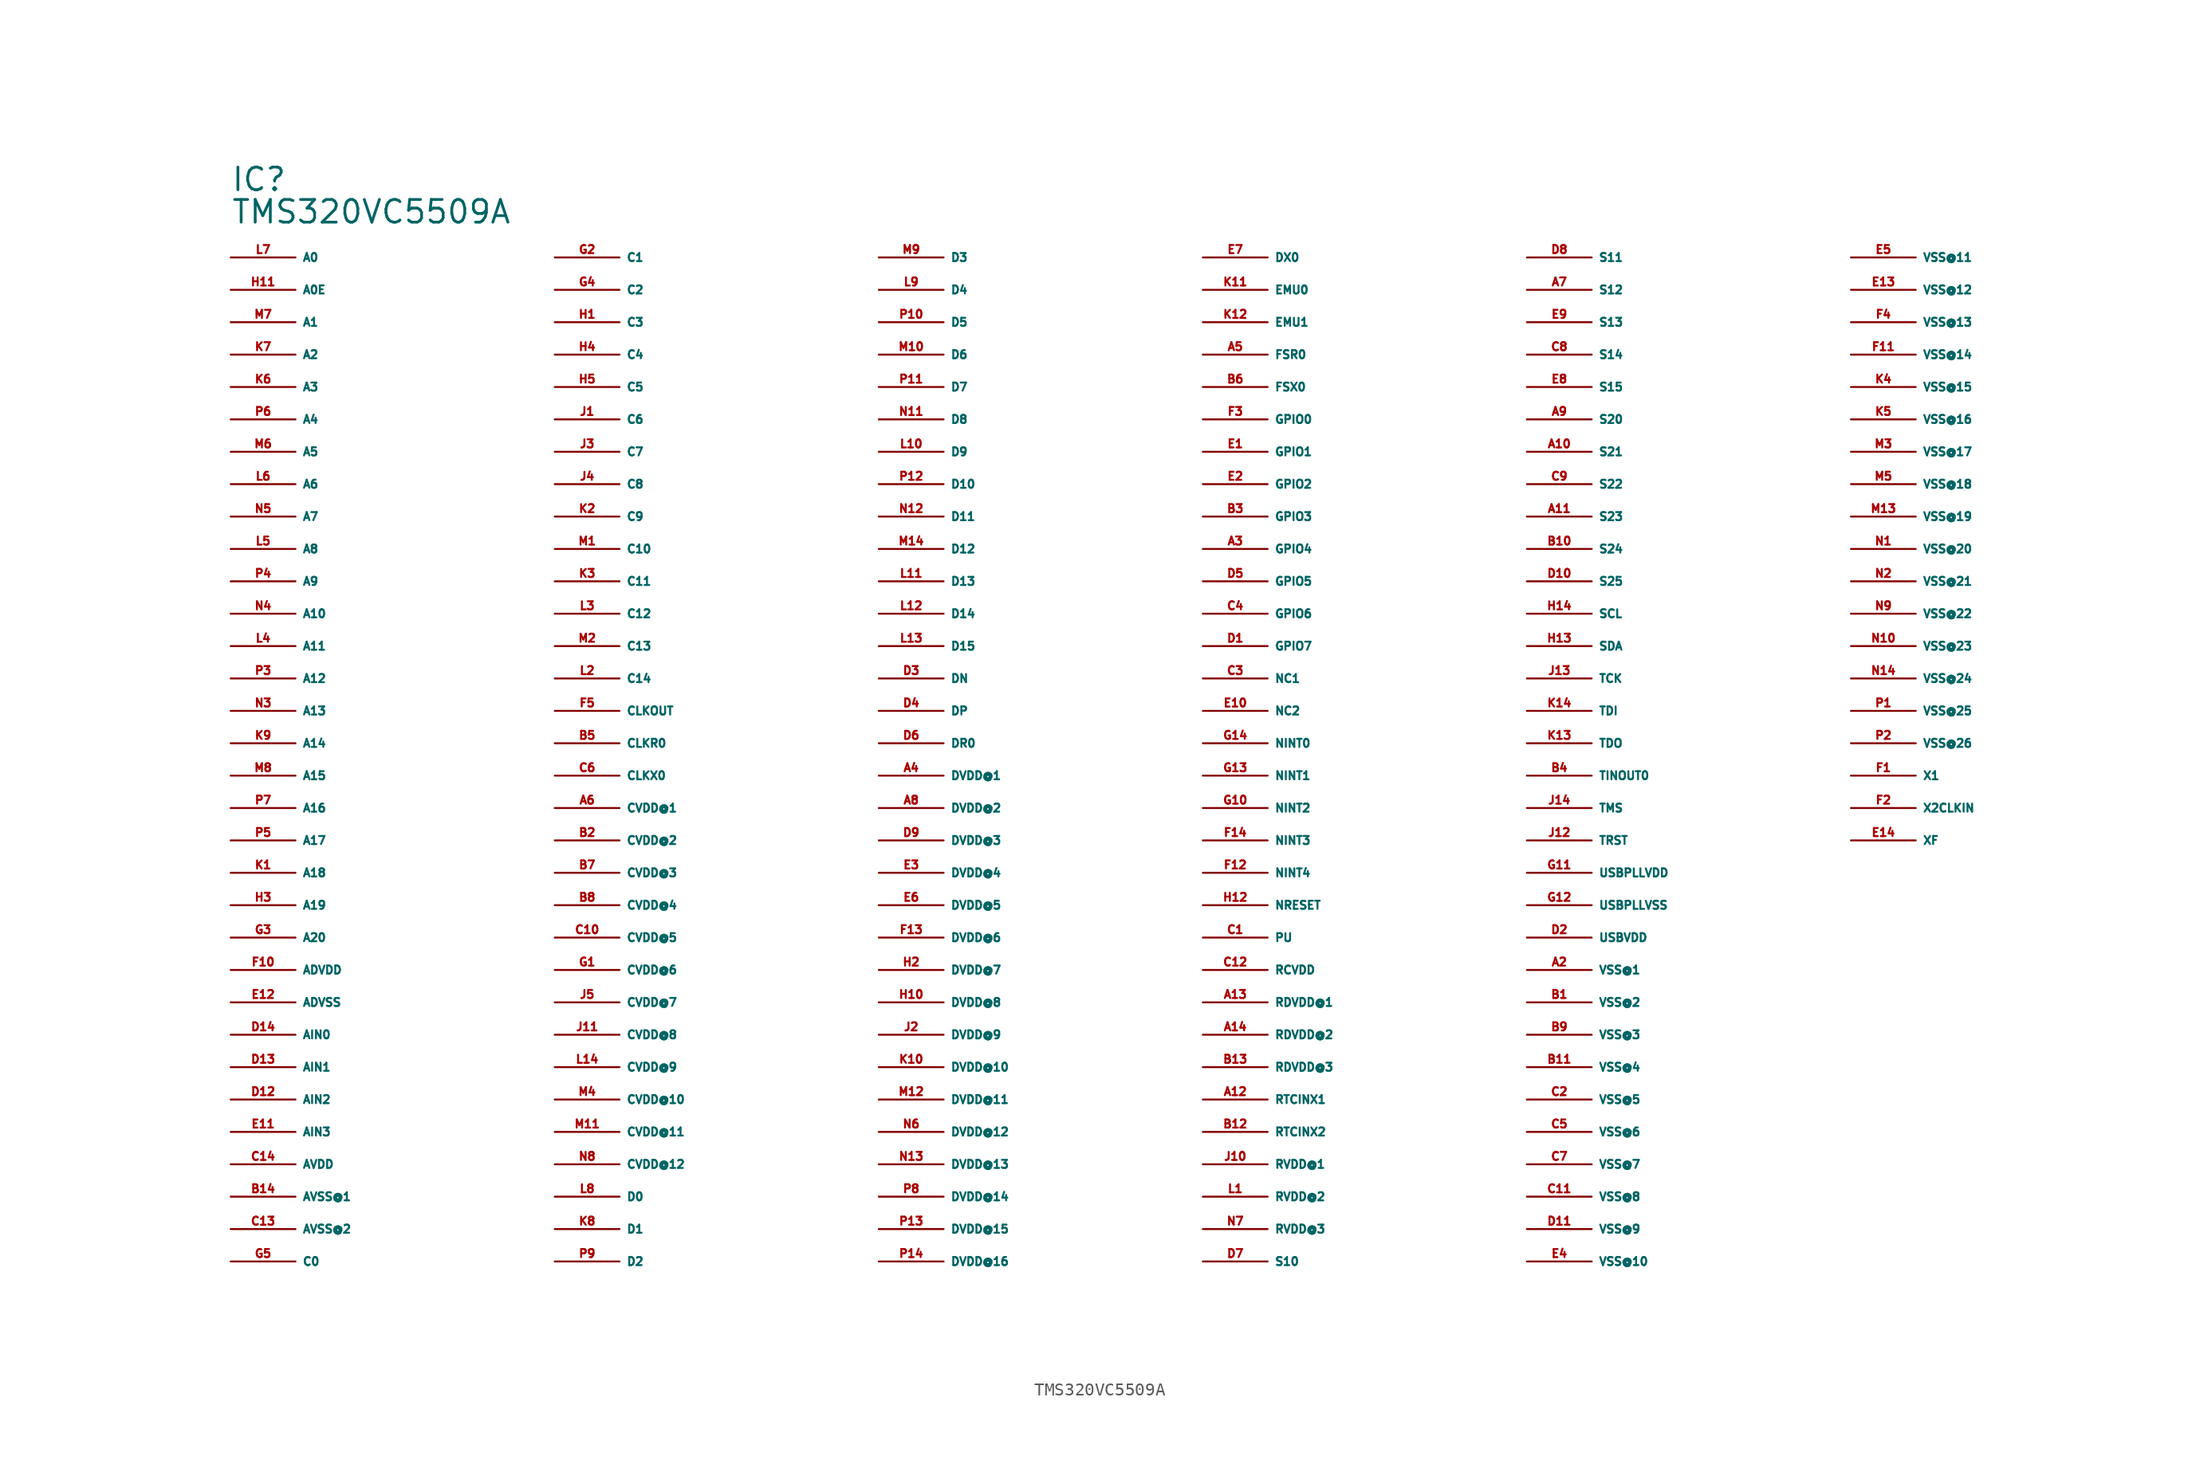
<source format=kicad_sym>
(kicad_symbol_lib
  (version 20220914)
  (generator Eagle2Kicad)
  (symbol "TMS320VC5509A"
    (property "Reference" "IC"
      (at -55.88 45.72 0)
      (effects (font (size 1.778 1.778) (thickness 0.22)) (justify left bottom)))
    (property "Value" "TMS320VC5509A"
      (at -55.88 43.18 0)
      (effects (font (size 1.778 1.778) (thickness 0.22)) (justify left bottom)))
    (pin bidirectional line
      (at -55.88 40.64 0)
      (length 5.08)
      (name "A0" (effects (font (size 0.635 0.635) (thickness 0.08)) (justify left bottom)))
      (number "L7" (effects (font (size 0.635 0.635) (thickness 0.08)) (justify left bottom))))
    (pin output line
      (at -55.88 38.1 0)
      (length 5.08)
      (name "A0E" (effects (font (size 0.635 0.635) (thickness 0.08)) (justify left bottom)))
      (number "H11" (effects (font (size 0.635 0.635) (thickness 0.08)) (justify left bottom))))
    (pin bidirectional line
      (at -55.88 35.56 0)
      (length 5.08)
      (name "A1" (effects (font (size 0.635 0.635) (thickness 0.08)) (justify left bottom)))
      (number "M7" (effects (font (size 0.635 0.635) (thickness 0.08)) (justify left bottom))))
    (pin bidirectional line
      (at -55.88 33.02 0)
      (length 5.08)
      (name "A2" (effects (font (size 0.635 0.635) (thickness 0.08)) (justify left bottom)))
      (number "K7" (effects (font (size 0.635 0.635) (thickness 0.08)) (justify left bottom))))
    (pin bidirectional line
      (at -55.88 30.48 0)
      (length 5.08)
      (name "A3" (effects (font (size 0.635 0.635) (thickness 0.08)) (justify left bottom)))
      (number "K6" (effects (font (size 0.635 0.635) (thickness 0.08)) (justify left bottom))))
    (pin bidirectional line
      (at -55.88 27.94 0)
      (length 5.08)
      (name "A4" (effects (font (size 0.635 0.635) (thickness 0.08)) (justify left bottom)))
      (number "P6" (effects (font (size 0.635 0.635) (thickness 0.08)) (justify left bottom))))
    (pin bidirectional line
      (at -55.88 25.4 0)
      (length 5.08)
      (name "A5" (effects (font (size 0.635 0.635) (thickness 0.08)) (justify left bottom)))
      (number "M6" (effects (font (size 0.635 0.635) (thickness 0.08)) (justify left bottom))))
    (pin bidirectional line
      (at -55.88 22.86 0)
      (length 5.08)
      (name "A6" (effects (font (size 0.635 0.635) (thickness 0.08)) (justify left bottom)))
      (number "L6" (effects (font (size 0.635 0.635) (thickness 0.08)) (justify left bottom))))
    (pin bidirectional line
      (at -55.88 20.32 0)
      (length 5.08)
      (name "A7" (effects (font (size 0.635 0.635) (thickness 0.08)) (justify left bottom)))
      (number "N5" (effects (font (size 0.635 0.635) (thickness 0.08)) (justify left bottom))))
    (pin bidirectional line
      (at -55.88 17.78 0)
      (length 5.08)
      (name "A8" (effects (font (size 0.635 0.635) (thickness 0.08)) (justify left bottom)))
      (number "L5" (effects (font (size 0.635 0.635) (thickness 0.08)) (justify left bottom))))
    (pin bidirectional line
      (at -55.88 15.24 0)
      (length 5.08)
      (name "A9" (effects (font (size 0.635 0.635) (thickness 0.08)) (justify left bottom)))
      (number "P4" (effects (font (size 0.635 0.635) (thickness 0.08)) (justify left bottom))))
    (pin bidirectional line
      (at -55.88 12.7 0)
      (length 5.08)
      (name "A10" (effects (font (size 0.635 0.635) (thickness 0.08)) (justify left bottom)))
      (number "N4" (effects (font (size 0.635 0.635) (thickness 0.08)) (justify left bottom))))
    (pin bidirectional line
      (at -55.88 10.16 0)
      (length 5.08)
      (name "A11" (effects (font (size 0.635 0.635) (thickness 0.08)) (justify left bottom)))
      (number "L4" (effects (font (size 0.635 0.635) (thickness 0.08)) (justify left bottom))))
    (pin bidirectional line
      (at -55.88 7.62 0)
      (length 5.08)
      (name "A12" (effects (font (size 0.635 0.635) (thickness 0.08)) (justify left bottom)))
      (number "P3" (effects (font (size 0.635 0.635) (thickness 0.08)) (justify left bottom))))
    (pin bidirectional line
      (at -55.88 5.08 0)
      (length 5.08)
      (name "A13" (effects (font (size 0.635 0.635) (thickness 0.08)) (justify left bottom)))
      (number "N3" (effects (font (size 0.635 0.635) (thickness 0.08)) (justify left bottom))))
    (pin bidirectional line
      (at -55.88 2.54 0)
      (length 5.08)
      (name "A14" (effects (font (size 0.635 0.635) (thickness 0.08)) (justify left bottom)))
      (number "K9" (effects (font (size 0.635 0.635) (thickness 0.08)) (justify left bottom))))
    (pin bidirectional line
      (at -55.88 0 0)
      (length 5.08)
      (name "A15" (effects (font (size 0.635 0.635) (thickness 0.08)) (justify left bottom)))
      (number "M8" (effects (font (size 0.635 0.635) (thickness 0.08)) (justify left bottom))))
    (pin output line
      (at -55.88 -2.54 0)
      (length 5.08)
      (name "A16" (effects (font (size 0.635 0.635) (thickness 0.08)) (justify left bottom)))
      (number "P7" (effects (font (size 0.635 0.635) (thickness 0.08)) (justify left bottom))))
    (pin output line
      (at -55.88 -5.08 0)
      (length 5.08)
      (name "A17" (effects (font (size 0.635 0.635) (thickness 0.08)) (justify left bottom)))
      (number "P5" (effects (font (size 0.635 0.635) (thickness 0.08)) (justify left bottom))))
    (pin output line
      (at -55.88 -7.62 0)
      (length 5.08)
      (name "A18" (effects (font (size 0.635 0.635) (thickness 0.08)) (justify left bottom)))
      (number "K1" (effects (font (size 0.635 0.635) (thickness 0.08)) (justify left bottom))))
    (pin output line
      (at -55.88 -10.16 0)
      (length 5.08)
      (name "A19" (effects (font (size 0.635 0.635) (thickness 0.08)) (justify left bottom)))
      (number "H3" (effects (font (size 0.635 0.635) (thickness 0.08)) (justify left bottom))))
    (pin output line
      (at -55.88 -12.7 0)
      (length 5.08)
      (name "A20" (effects (font (size 0.635 0.635) (thickness 0.08)) (justify left bottom)))
      (number "G3" (effects (font (size 0.635 0.635) (thickness 0.08)) (justify left bottom))))
    (pin unspecified line
      (at -55.88 -15.24 0)
      (length 5.08)
      (name "ADVDD" (effects (font (size 0.635 0.635) (thickness 0.08)) (justify left bottom)))
      (number "F10" (effects (font (size 0.635 0.635) (thickness 0.08)) (justify left bottom))))
    (pin unspecified line
      (at -55.88 -17.78 0)
      (length 5.08)
      (name "ADVSS" (effects (font (size 0.635 0.635) (thickness 0.08)) (justify left bottom)))
      (number "E12" (effects (font (size 0.635 0.635) (thickness 0.08)) (justify left bottom))))
    (pin passive line
      (at -55.88 -20.32 0)
      (length 5.08)
      (name "AIN0" (effects (font (size 0.635 0.635) (thickness 0.08)) (justify left bottom)))
      (number "D14" (effects (font (size 0.635 0.635) (thickness 0.08)) (justify left bottom))))
    (pin passive line
      (at -55.88 -22.86 0)
      (length 5.08)
      (name "AIN1" (effects (font (size 0.635 0.635) (thickness 0.08)) (justify left bottom)))
      (number "D13" (effects (font (size 0.635 0.635) (thickness 0.08)) (justify left bottom))))
    (pin passive line
      (at -55.88 -25.4 0)
      (length 5.08)
      (name "AIN2" (effects (font (size 0.635 0.635) (thickness 0.08)) (justify left bottom)))
      (number "D12" (effects (font (size 0.635 0.635) (thickness 0.08)) (justify left bottom))))
    (pin passive line
      (at -55.88 -27.94 0)
      (length 5.08)
      (name "AIN3" (effects (font (size 0.635 0.635) (thickness 0.08)) (justify left bottom)))
      (number "E11" (effects (font (size 0.635 0.635) (thickness 0.08)) (justify left bottom))))
    (pin unspecified line
      (at -55.88 -30.48 0)
      (length 5.08)
      (name "AVDD" (effects (font (size 0.635 0.635) (thickness 0.08)) (justify left bottom)))
      (number "C14" (effects (font (size 0.635 0.635) (thickness 0.08)) (justify left bottom))))
    (pin unspecified line
      (at -55.88 -33.02 0)
      (length 5.08)
      (name "AVSS@1" (effects (font (size 0.635 0.635) (thickness 0.08)) (justify left bottom)))
      (number "B14" (effects (font (size 0.635 0.635) (thickness 0.08)) (justify left bottom))))
    (pin unspecified line
      (at -55.88 -35.56 0)
      (length 5.08)
      (name "AVSS@2" (effects (font (size 0.635 0.635) (thickness 0.08)) (justify left bottom)))
      (number "C13" (effects (font (size 0.635 0.635) (thickness 0.08)) (justify left bottom))))
    (pin bidirectional line
      (at -55.88 -38.1 0)
      (length 5.08)
      (name "C0" (effects (font (size 0.635 0.635) (thickness 0.08)) (justify left bottom)))
      (number "G5" (effects (font (size 0.635 0.635) (thickness 0.08)) (justify left bottom))))
    (pin output line
      (at -30.48 40.64 0)
      (length 5.08)
      (name "C1" (effects (font (size 0.635 0.635) (thickness 0.08)) (justify left bottom)))
      (number "G2" (effects (font (size 0.635 0.635) (thickness 0.08)) (justify left bottom))))
    (pin bidirectional line
      (at -30.48 38.1 0)
      (length 5.08)
      (name "C2" (effects (font (size 0.635 0.635) (thickness 0.08)) (justify left bottom)))
      (number "G4" (effects (font (size 0.635 0.635) (thickness 0.08)) (justify left bottom))))
    (pin bidirectional line
      (at -30.48 35.56 0)
      (length 5.08)
      (name "C3" (effects (font (size 0.635 0.635) (thickness 0.08)) (justify left bottom)))
      (number "H1" (effects (font (size 0.635 0.635) (thickness 0.08)) (justify left bottom))))
    (pin bidirectional line
      (at -30.48 33.02 0)
      (length 5.08)
      (name "C4" (effects (font (size 0.635 0.635) (thickness 0.08)) (justify left bottom)))
      (number "H4" (effects (font (size 0.635 0.635) (thickness 0.08)) (justify left bottom))))
    (pin bidirectional line
      (at -30.48 30.48 0)
      (length 5.08)
      (name "C5" (effects (font (size 0.635 0.635) (thickness 0.08)) (justify left bottom)))
      (number "H5" (effects (font (size 0.635 0.635) (thickness 0.08)) (justify left bottom))))
    (pin bidirectional line
      (at -30.48 27.94 0)
      (length 5.08)
      (name "C6" (effects (font (size 0.635 0.635) (thickness 0.08)) (justify left bottom)))
      (number "J1" (effects (font (size 0.635 0.635) (thickness 0.08)) (justify left bottom))))
    (pin bidirectional line
      (at -30.48 25.4 0)
      (length 5.08)
      (name "C7" (effects (font (size 0.635 0.635) (thickness 0.08)) (justify left bottom)))
      (number "J3" (effects (font (size 0.635 0.635) (thickness 0.08)) (justify left bottom))))
    (pin bidirectional line
      (at -30.48 22.86 0)
      (length 5.08)
      (name "C8" (effects (font (size 0.635 0.635) (thickness 0.08)) (justify left bottom)))
      (number "J4" (effects (font (size 0.635 0.635) (thickness 0.08)) (justify left bottom))))
    (pin bidirectional line
      (at -30.48 20.32 0)
      (length 5.08)
      (name "C9" (effects (font (size 0.635 0.635) (thickness 0.08)) (justify left bottom)))
      (number "K2" (effects (font (size 0.635 0.635) (thickness 0.08)) (justify left bottom))))
    (pin bidirectional line
      (at -30.48 17.78 0)
      (length 5.08)
      (name "C10" (effects (font (size 0.635 0.635) (thickness 0.08)) (justify left bottom)))
      (number "M1" (effects (font (size 0.635 0.635) (thickness 0.08)) (justify left bottom))))
    (pin bidirectional line
      (at -30.48 15.24 0)
      (length 5.08)
      (name "C11" (effects (font (size 0.635 0.635) (thickness 0.08)) (justify left bottom)))
      (number "K3" (effects (font (size 0.635 0.635) (thickness 0.08)) (justify left bottom))))
    (pin bidirectional line
      (at -30.48 12.7 0)
      (length 5.08)
      (name "C12" (effects (font (size 0.635 0.635) (thickness 0.08)) (justify left bottom)))
      (number "L3" (effects (font (size 0.635 0.635) (thickness 0.08)) (justify left bottom))))
    (pin bidirectional line
      (at -30.48 10.16 0)
      (length 5.08)
      (name "C13" (effects (font (size 0.635 0.635) (thickness 0.08)) (justify left bottom)))
      (number "M2" (effects (font (size 0.635 0.635) (thickness 0.08)) (justify left bottom))))
    (pin bidirectional line
      (at -30.48 7.62 0)
      (length 5.08)
      (name "C14" (effects (font (size 0.635 0.635) (thickness 0.08)) (justify left bottom)))
      (number "L2" (effects (font (size 0.635 0.635) (thickness 0.08)) (justify left bottom))))
    (pin output line
      (at -30.48 5.08 0)
      (length 5.08)
      (name "CLKOUT" (effects (font (size 0.635 0.635) (thickness 0.08)) (justify left bottom)))
      (number "F5" (effects (font (size 0.635 0.635) (thickness 0.08)) (justify left bottom))))
    (pin bidirectional line
      (at -30.48 2.54 0)
      (length 5.08)
      (name "CLKR0" (effects (font (size 0.635 0.635) (thickness 0.08)) (justify left bottom)))
      (number "B5" (effects (font (size 0.635 0.635) (thickness 0.08)) (justify left bottom))))
    (pin bidirectional line
      (at -30.48 0 0)
      (length 5.08)
      (name "CLKX0" (effects (font (size 0.635 0.635) (thickness 0.08)) (justify left bottom)))
      (number "C6" (effects (font (size 0.635 0.635) (thickness 0.08)) (justify left bottom))))
    (pin unspecified line
      (at -30.48 -2.54 0)
      (length 5.08)
      (name "CVDD@1" (effects (font (size 0.635 0.635) (thickness 0.08)) (justify left bottom)))
      (number "A6" (effects (font (size 0.635 0.635) (thickness 0.08)) (justify left bottom))))
    (pin unspecified line
      (at -30.48 -5.08 0)
      (length 5.08)
      (name "CVDD@2" (effects (font (size 0.635 0.635) (thickness 0.08)) (justify left bottom)))
      (number "B2" (effects (font (size 0.635 0.635) (thickness 0.08)) (justify left bottom))))
    (pin unspecified line
      (at -30.48 -7.62 0)
      (length 5.08)
      (name "CVDD@3" (effects (font (size 0.635 0.635) (thickness 0.08)) (justify left bottom)))
      (number "B7" (effects (font (size 0.635 0.635) (thickness 0.08)) (justify left bottom))))
    (pin unspecified line
      (at -30.48 -10.16 0)
      (length 5.08)
      (name "CVDD@4" (effects (font (size 0.635 0.635) (thickness 0.08)) (justify left bottom)))
      (number "B8" (effects (font (size 0.635 0.635) (thickness 0.08)) (justify left bottom))))
    (pin unspecified line
      (at -30.48 -12.7 0)
      (length 5.08)
      (name "CVDD@5" (effects (font (size 0.635 0.635) (thickness 0.08)) (justify left bottom)))
      (number "C10" (effects (font (size 0.635 0.635) (thickness 0.08)) (justify left bottom))))
    (pin unspecified line
      (at -30.48 -15.24 0)
      (length 5.08)
      (name "CVDD@6" (effects (font (size 0.635 0.635) (thickness 0.08)) (justify left bottom)))
      (number "G1" (effects (font (size 0.635 0.635) (thickness 0.08)) (justify left bottom))))
    (pin unspecified line
      (at -30.48 -17.78 0)
      (length 5.08)
      (name "CVDD@7" (effects (font (size 0.635 0.635) (thickness 0.08)) (justify left bottom)))
      (number "J5" (effects (font (size 0.635 0.635) (thickness 0.08)) (justify left bottom))))
    (pin unspecified line
      (at -30.48 -20.32 0)
      (length 5.08)
      (name "CVDD@8" (effects (font (size 0.635 0.635) (thickness 0.08)) (justify left bottom)))
      (number "J11" (effects (font (size 0.635 0.635) (thickness 0.08)) (justify left bottom))))
    (pin unspecified line
      (at -30.48 -22.86 0)
      (length 5.08)
      (name "CVDD@9" (effects (font (size 0.635 0.635) (thickness 0.08)) (justify left bottom)))
      (number "L14" (effects (font (size 0.635 0.635) (thickness 0.08)) (justify left bottom))))
    (pin unspecified line
      (at -30.48 -25.4 0)
      (length 5.08)
      (name "CVDD@10" (effects (font (size 0.635 0.635) (thickness 0.08)) (justify left bottom)))
      (number "M4" (effects (font (size 0.635 0.635) (thickness 0.08)) (justify left bottom))))
    (pin unspecified line
      (at -30.48 -27.94 0)
      (length 5.08)
      (name "CVDD@11" (effects (font (size 0.635 0.635) (thickness 0.08)) (justify left bottom)))
      (number "M11" (effects (font (size 0.635 0.635) (thickness 0.08)) (justify left bottom))))
    (pin unspecified line
      (at -30.48 -30.48 0)
      (length 5.08)
      (name "CVDD@12" (effects (font (size 0.635 0.635) (thickness 0.08)) (justify left bottom)))
      (number "N8" (effects (font (size 0.635 0.635) (thickness 0.08)) (justify left bottom))))
    (pin bidirectional line
      (at -30.48 -33.02 0)
      (length 5.08)
      (name "D0" (effects (font (size 0.635 0.635) (thickness 0.08)) (justify left bottom)))
      (number "L8" (effects (font (size 0.635 0.635) (thickness 0.08)) (justify left bottom))))
    (pin bidirectional line
      (at -30.48 -35.56 0)
      (length 5.08)
      (name "D1" (effects (font (size 0.635 0.635) (thickness 0.08)) (justify left bottom)))
      (number "K8" (effects (font (size 0.635 0.635) (thickness 0.08)) (justify left bottom))))
    (pin bidirectional line
      (at -30.48 -38.1 0)
      (length 5.08)
      (name "D2" (effects (font (size 0.635 0.635) (thickness 0.08)) (justify left bottom)))
      (number "P9" (effects (font (size 0.635 0.635) (thickness 0.08)) (justify left bottom))))
    (pin bidirectional line
      (at -5.08 40.64 0)
      (length 5.08)
      (name "D3" (effects (font (size 0.635 0.635) (thickness 0.08)) (justify left bottom)))
      (number "M9" (effects (font (size 0.635 0.635) (thickness 0.08)) (justify left bottom))))
    (pin bidirectional line
      (at -5.08 38.1 0)
      (length 5.08)
      (name "D4" (effects (font (size 0.635 0.635) (thickness 0.08)) (justify left bottom)))
      (number "L9" (effects (font (size 0.635 0.635) (thickness 0.08)) (justify left bottom))))
    (pin bidirectional line
      (at -5.08 35.56 0)
      (length 5.08)
      (name "D5" (effects (font (size 0.635 0.635) (thickness 0.08)) (justify left bottom)))
      (number "P10" (effects (font (size 0.635 0.635) (thickness 0.08)) (justify left bottom))))
    (pin bidirectional line
      (at -5.08 33.02 0)
      (length 5.08)
      (name "D6" (effects (font (size 0.635 0.635) (thickness 0.08)) (justify left bottom)))
      (number "M10" (effects (font (size 0.635 0.635) (thickness 0.08)) (justify left bottom))))
    (pin bidirectional line
      (at -5.08 30.48 0)
      (length 5.08)
      (name "D7" (effects (font (size 0.635 0.635) (thickness 0.08)) (justify left bottom)))
      (number "P11" (effects (font (size 0.635 0.635) (thickness 0.08)) (justify left bottom))))
    (pin bidirectional line
      (at -5.08 27.94 0)
      (length 5.08)
      (name "D8" (effects (font (size 0.635 0.635) (thickness 0.08)) (justify left bottom)))
      (number "N11" (effects (font (size 0.635 0.635) (thickness 0.08)) (justify left bottom))))
    (pin bidirectional line
      (at -5.08 25.4 0)
      (length 5.08)
      (name "D9" (effects (font (size 0.635 0.635) (thickness 0.08)) (justify left bottom)))
      (number "L10" (effects (font (size 0.635 0.635) (thickness 0.08)) (justify left bottom))))
    (pin bidirectional line
      (at -5.08 22.86 0)
      (length 5.08)
      (name "D10" (effects (font (size 0.635 0.635) (thickness 0.08)) (justify left bottom)))
      (number "P12" (effects (font (size 0.635 0.635) (thickness 0.08)) (justify left bottom))))
    (pin bidirectional line
      (at -5.08 20.32 0)
      (length 5.08)
      (name "D11" (effects (font (size 0.635 0.635) (thickness 0.08)) (justify left bottom)))
      (number "N12" (effects (font (size 0.635 0.635) (thickness 0.08)) (justify left bottom))))
    (pin bidirectional line
      (at -5.08 17.78 0)
      (length 5.08)
      (name "D12" (effects (font (size 0.635 0.635) (thickness 0.08)) (justify left bottom)))
      (number "M14" (effects (font (size 0.635 0.635) (thickness 0.08)) (justify left bottom))))
    (pin bidirectional line
      (at -5.08 15.24 0)
      (length 5.08)
      (name "D13" (effects (font (size 0.635 0.635) (thickness 0.08)) (justify left bottom)))
      (number "L11" (effects (font (size 0.635 0.635) (thickness 0.08)) (justify left bottom))))
    (pin bidirectional line
      (at -5.08 12.7 0)
      (length 5.08)
      (name "D14" (effects (font (size 0.635 0.635) (thickness 0.08)) (justify left bottom)))
      (number "L12" (effects (font (size 0.635 0.635) (thickness 0.08)) (justify left bottom))))
    (pin bidirectional line
      (at -5.08 10.16 0)
      (length 5.08)
      (name "D15" (effects (font (size 0.635 0.635) (thickness 0.08)) (justify left bottom)))
      (number "L13" (effects (font (size 0.635 0.635) (thickness 0.08)) (justify left bottom))))
    (pin passive line
      (at -5.08 7.62 0)
      (length 5.08)
      (name "DN" (effects (font (size 0.635 0.635) (thickness 0.08)) (justify left bottom)))
      (number "D3" (effects (font (size 0.635 0.635) (thickness 0.08)) (justify left bottom))))
    (pin passive line
      (at -5.08 5.08 0)
      (length 5.08)
      (name "DP" (effects (font (size 0.635 0.635) (thickness 0.08)) (justify left bottom)))
      (number "D4" (effects (font (size 0.635 0.635) (thickness 0.08)) (justify left bottom))))
    (pin input line
      (at -5.08 2.54 0)
      (length 5.08)
      (name "DR0" (effects (font (size 0.635 0.635) (thickness 0.08)) (justify left bottom)))
      (number "D6" (effects (font (size 0.635 0.635) (thickness 0.08)) (justify left bottom))))
    (pin unspecified line
      (at -5.08 0 0)
      (length 5.08)
      (name "DVDD@1" (effects (font (size 0.635 0.635) (thickness 0.08)) (justify left bottom)))
      (number "A4" (effects (font (size 0.635 0.635) (thickness 0.08)) (justify left bottom))))
    (pin unspecified line
      (at -5.08 -2.54 0)
      (length 5.08)
      (name "DVDD@2" (effects (font (size 0.635 0.635) (thickness 0.08)) (justify left bottom)))
      (number "A8" (effects (font (size 0.635 0.635) (thickness 0.08)) (justify left bottom))))
    (pin unspecified line
      (at -5.08 -5.08 0)
      (length 5.08)
      (name "DVDD@3" (effects (font (size 0.635 0.635) (thickness 0.08)) (justify left bottom)))
      (number "D9" (effects (font (size 0.635 0.635) (thickness 0.08)) (justify left bottom))))
    (pin unspecified line
      (at -5.08 -7.62 0)
      (length 5.08)
      (name "DVDD@4" (effects (font (size 0.635 0.635) (thickness 0.08)) (justify left bottom)))
      (number "E3" (effects (font (size 0.635 0.635) (thickness 0.08)) (justify left bottom))))
    (pin unspecified line
      (at -5.08 -10.16 0)
      (length 5.08)
      (name "DVDD@5" (effects (font (size 0.635 0.635) (thickness 0.08)) (justify left bottom)))
      (number "E6" (effects (font (size 0.635 0.635) (thickness 0.08)) (justify left bottom))))
    (pin unspecified line
      (at -5.08 -12.7 0)
      (length 5.08)
      (name "DVDD@6" (effects (font (size 0.635 0.635) (thickness 0.08)) (justify left bottom)))
      (number "F13" (effects (font (size 0.635 0.635) (thickness 0.08)) (justify left bottom))))
    (pin unspecified line
      (at -5.08 -15.24 0)
      (length 5.08)
      (name "DVDD@7" (effects (font (size 0.635 0.635) (thickness 0.08)) (justify left bottom)))
      (number "H2" (effects (font (size 0.635 0.635) (thickness 0.08)) (justify left bottom))))
    (pin unspecified line
      (at -5.08 -17.78 0)
      (length 5.08)
      (name "DVDD@8" (effects (font (size 0.635 0.635) (thickness 0.08)) (justify left bottom)))
      (number "H10" (effects (font (size 0.635 0.635) (thickness 0.08)) (justify left bottom))))
    (pin unspecified line
      (at -5.08 -20.32 0)
      (length 5.08)
      (name "DVDD@9" (effects (font (size 0.635 0.635) (thickness 0.08)) (justify left bottom)))
      (number "J2" (effects (font (size 0.635 0.635) (thickness 0.08)) (justify left bottom))))
    (pin unspecified line
      (at -5.08 -22.86 0)
      (length 5.08)
      (name "DVDD@10" (effects (font (size 0.635 0.635) (thickness 0.08)) (justify left bottom)))
      (number "K10" (effects (font (size 0.635 0.635) (thickness 0.08)) (justify left bottom))))
    (pin unspecified line
      (at -5.08 -25.4 0)
      (length 5.08)
      (name "DVDD@11" (effects (font (size 0.635 0.635) (thickness 0.08)) (justify left bottom)))
      (number "M12" (effects (font (size 0.635 0.635) (thickness 0.08)) (justify left bottom))))
    (pin unspecified line
      (at -5.08 -27.94 0)
      (length 5.08)
      (name "DVDD@12" (effects (font (size 0.635 0.635) (thickness 0.08)) (justify left bottom)))
      (number "N6" (effects (font (size 0.635 0.635) (thickness 0.08)) (justify left bottom))))
    (pin unspecified line
      (at -5.08 -30.48 0)
      (length 5.08)
      (name "DVDD@13" (effects (font (size 0.635 0.635) (thickness 0.08)) (justify left bottom)))
      (number "N13" (effects (font (size 0.635 0.635) (thickness 0.08)) (justify left bottom))))
    (pin unspecified line
      (at -5.08 -33.02 0)
      (length 5.08)
      (name "DVDD@14" (effects (font (size 0.635 0.635) (thickness 0.08)) (justify left bottom)))
      (number "P8" (effects (font (size 0.635 0.635) (thickness 0.08)) (justify left bottom))))
    (pin unspecified line
      (at -5.08 -35.56 0)
      (length 5.08)
      (name "DVDD@15" (effects (font (size 0.635 0.635) (thickness 0.08)) (justify left bottom)))
      (number "P13" (effects (font (size 0.635 0.635) (thickness 0.08)) (justify left bottom))))
    (pin unspecified line
      (at -5.08 -38.1 0)
      (length 5.08)
      (name "DVDD@16" (effects (font (size 0.635 0.635) (thickness 0.08)) (justify left bottom)))
      (number "P14" (effects (font (size 0.635 0.635) (thickness 0.08)) (justify left bottom))))
    (pin output line
      (at 20.32 40.64 0)
      (length 5.08)
      (name "DX0" (effects (font (size 0.635 0.635) (thickness 0.08)) (justify left bottom)))
      (number "E7" (effects (font (size 0.635 0.635) (thickness 0.08)) (justify left bottom))))
    (pin input line
      (at 20.32 38.1 0)
      (length 5.08)
      (name "EMU0" (effects (font (size 0.635 0.635) (thickness 0.08)) (justify left bottom)))
      (number "K11" (effects (font (size 0.635 0.635) (thickness 0.08)) (justify left bottom))))
    (pin input line
      (at 20.32 35.56 0)
      (length 5.08)
      (name "EMU1" (effects (font (size 0.635 0.635) (thickness 0.08)) (justify left bottom)))
      (number "K12" (effects (font (size 0.635 0.635) (thickness 0.08)) (justify left bottom))))
    (pin bidirectional line
      (at 20.32 33.02 0)
      (length 5.08)
      (name "FSR0" (effects (font (size 0.635 0.635) (thickness 0.08)) (justify left bottom)))
      (number "A5" (effects (font (size 0.635 0.635) (thickness 0.08)) (justify left bottom))))
    (pin bidirectional line
      (at 20.32 30.48 0)
      (length 5.08)
      (name "FSX0" (effects (font (size 0.635 0.635) (thickness 0.08)) (justify left bottom)))
      (number "B6" (effects (font (size 0.635 0.635) (thickness 0.08)) (justify left bottom))))
    (pin bidirectional line
      (at 20.32 27.94 0)
      (length 5.08)
      (name "GPIO0" (effects (font (size 0.635 0.635) (thickness 0.08)) (justify left bottom)))
      (number "F3" (effects (font (size 0.635 0.635) (thickness 0.08)) (justify left bottom))))
    (pin bidirectional line
      (at 20.32 25.4 0)
      (length 5.08)
      (name "GPIO1" (effects (font (size 0.635 0.635) (thickness 0.08)) (justify left bottom)))
      (number "E1" (effects (font (size 0.635 0.635) (thickness 0.08)) (justify left bottom))))
    (pin bidirectional line
      (at 20.32 22.86 0)
      (length 5.08)
      (name "GPIO2" (effects (font (size 0.635 0.635) (thickness 0.08)) (justify left bottom)))
      (number "E2" (effects (font (size 0.635 0.635) (thickness 0.08)) (justify left bottom))))
    (pin bidirectional line
      (at 20.32 20.32 0)
      (length 5.08)
      (name "GPIO3" (effects (font (size 0.635 0.635) (thickness 0.08)) (justify left bottom)))
      (number "B3" (effects (font (size 0.635 0.635) (thickness 0.08)) (justify left bottom))))
    (pin bidirectional line
      (at 20.32 17.78 0)
      (length 5.08)
      (name "GPIO4" (effects (font (size 0.635 0.635) (thickness 0.08)) (justify left bottom)))
      (number "A3" (effects (font (size 0.635 0.635) (thickness 0.08)) (justify left bottom))))
    (pin bidirectional line
      (at 20.32 15.24 0)
      (length 5.08)
      (name "GPIO5" (effects (font (size 0.635 0.635) (thickness 0.08)) (justify left bottom)))
      (number "D5" (effects (font (size 0.635 0.635) (thickness 0.08)) (justify left bottom))))
    (pin bidirectional line
      (at 20.32 12.7 0)
      (length 5.08)
      (name "GPIO6" (effects (font (size 0.635 0.635) (thickness 0.08)) (justify left bottom)))
      (number "C4" (effects (font (size 0.635 0.635) (thickness 0.08)) (justify left bottom))))
    (pin bidirectional line
      (at 20.32 10.16 0)
      (length 5.08)
      (name "GPIO7" (effects (font (size 0.635 0.635) (thickness 0.08)) (justify left bottom)))
      (number "D1" (effects (font (size 0.635 0.635) (thickness 0.08)) (justify left bottom))))
    (pin passive line
      (at 20.32 7.62 0)
      (length 5.08)
      (name "NC1" (effects (font (size 0.635 0.635) (thickness 0.08)) (justify left bottom)))
      (number "C3" (effects (font (size 0.635 0.635) (thickness 0.08)) (justify left bottom))))
    (pin passive line
      (at 20.32 5.08 0)
      (length 5.08)
      (name "NC2" (effects (font (size 0.635 0.635) (thickness 0.08)) (justify left bottom)))
      (number "E10" (effects (font (size 0.635 0.635) (thickness 0.08)) (justify left bottom))))
    (pin input line
      (at 20.32 2.54 0)
      (length 5.08)
      (name "NINT0" (effects (font (size 0.635 0.635) (thickness 0.08)) (justify left bottom)))
      (number "G14" (effects (font (size 0.635 0.635) (thickness 0.08)) (justify left bottom))))
    (pin input line
      (at 20.32 0 0)
      (length 5.08)
      (name "NINT1" (effects (font (size 0.635 0.635) (thickness 0.08)) (justify left bottom)))
      (number "G13" (effects (font (size 0.635 0.635) (thickness 0.08)) (justify left bottom))))
    (pin input line
      (at 20.32 -2.54 0)
      (length 5.08)
      (name "NINT2" (effects (font (size 0.635 0.635) (thickness 0.08)) (justify left bottom)))
      (number "G10" (effects (font (size 0.635 0.635) (thickness 0.08)) (justify left bottom))))
    (pin input line
      (at 20.32 -5.08 0)
      (length 5.08)
      (name "NINT3" (effects (font (size 0.635 0.635) (thickness 0.08)) (justify left bottom)))
      (number "F14" (effects (font (size 0.635 0.635) (thickness 0.08)) (justify left bottom))))
    (pin input line
      (at 20.32 -7.62 0)
      (length 5.08)
      (name "NINT4" (effects (font (size 0.635 0.635) (thickness 0.08)) (justify left bottom)))
      (number "F12" (effects (font (size 0.635 0.635) (thickness 0.08)) (justify left bottom))))
    (pin input line
      (at 20.32 -10.16 0)
      (length 5.08)
      (name "NRESET" (effects (font (size 0.635 0.635) (thickness 0.08)) (justify left bottom)))
      (number "H12" (effects (font (size 0.635 0.635) (thickness 0.08)) (justify left bottom))))
    (pin passive line
      (at 20.32 -12.7 0)
      (length 5.08)
      (name "PU" (effects (font (size 0.635 0.635) (thickness 0.08)) (justify left bottom)))
      (number "C1" (effects (font (size 0.635 0.635) (thickness 0.08)) (justify left bottom))))
    (pin unspecified line
      (at 20.32 -15.24 0)
      (length 5.08)
      (name "RCVDD" (effects (font (size 0.635 0.635) (thickness 0.08)) (justify left bottom)))
      (number "C12" (effects (font (size 0.635 0.635) (thickness 0.08)) (justify left bottom))))
    (pin unspecified line
      (at 20.32 -17.78 0)
      (length 5.08)
      (name "RDVDD@1" (effects (font (size 0.635 0.635) (thickness 0.08)) (justify left bottom)))
      (number "A13" (effects (font (size 0.635 0.635) (thickness 0.08)) (justify left bottom))))
    (pin unspecified line
      (at 20.32 -20.32 0)
      (length 5.08)
      (name "RDVDD@2" (effects (font (size 0.635 0.635) (thickness 0.08)) (justify left bottom)))
      (number "A14" (effects (font (size 0.635 0.635) (thickness 0.08)) (justify left bottom))))
    (pin unspecified line
      (at 20.32 -22.86 0)
      (length 5.08)
      (name "RDVDD@3" (effects (font (size 0.635 0.635) (thickness 0.08)) (justify left bottom)))
      (number "B13" (effects (font (size 0.635 0.635) (thickness 0.08)) (justify left bottom))))
    (pin passive line
      (at 20.32 -25.4 0)
      (length 5.08)
      (name "RTCINX1" (effects (font (size 0.635 0.635) (thickness 0.08)) (justify left bottom)))
      (number "A12" (effects (font (size 0.635 0.635) (thickness 0.08)) (justify left bottom))))
    (pin passive line
      (at 20.32 -27.94 0)
      (length 5.08)
      (name "RTCINX2" (effects (font (size 0.635 0.635) (thickness 0.08)) (justify left bottom)))
      (number "B12" (effects (font (size 0.635 0.635) (thickness 0.08)) (justify left bottom))))
    (pin unspecified line
      (at 20.32 -30.48 0)
      (length 5.08)
      (name "RVDD@1" (effects (font (size 0.635 0.635) (thickness 0.08)) (justify left bottom)))
      (number "J10" (effects (font (size 0.635 0.635) (thickness 0.08)) (justify left bottom))))
    (pin unspecified line
      (at 20.32 -33.02 0)
      (length 5.08)
      (name "RVDD@2" (effects (font (size 0.635 0.635) (thickness 0.08)) (justify left bottom)))
      (number "L1" (effects (font (size 0.635 0.635) (thickness 0.08)) (justify left bottom))))
    (pin unspecified line
      (at 20.32 -35.56 0)
      (length 5.08)
      (name "RVDD@3" (effects (font (size 0.635 0.635) (thickness 0.08)) (justify left bottom)))
      (number "N7" (effects (font (size 0.635 0.635) (thickness 0.08)) (justify left bottom))))
    (pin bidirectional line
      (at 20.32 -38.1 0)
      (length 5.08)
      (name "S10" (effects (font (size 0.635 0.635) (thickness 0.08)) (justify left bottom)))
      (number "D7" (effects (font (size 0.635 0.635) (thickness 0.08)) (justify left bottom))))
    (pin bidirectional line
      (at 45.72 40.64 0)
      (length 5.08)
      (name "S11" (effects (font (size 0.635 0.635) (thickness 0.08)) (justify left bottom)))
      (number "D8" (effects (font (size 0.635 0.635) (thickness 0.08)) (justify left bottom))))
    (pin bidirectional line
      (at 45.72 38.1 0)
      (length 5.08)
      (name "S12" (effects (font (size 0.635 0.635) (thickness 0.08)) (justify left bottom)))
      (number "A7" (effects (font (size 0.635 0.635) (thickness 0.08)) (justify left bottom))))
    (pin bidirectional line
      (at 45.72 35.56 0)
      (length 5.08)
      (name "S13" (effects (font (size 0.635 0.635) (thickness 0.08)) (justify left bottom)))
      (number "E9" (effects (font (size 0.635 0.635) (thickness 0.08)) (justify left bottom))))
    (pin bidirectional line
      (at 45.72 33.02 0)
      (length 5.08)
      (name "S14" (effects (font (size 0.635 0.635) (thickness 0.08)) (justify left bottom)))
      (number "C8" (effects (font (size 0.635 0.635) (thickness 0.08)) (justify left bottom))))
    (pin bidirectional line
      (at 45.72 30.48 0)
      (length 5.08)
      (name "S15" (effects (font (size 0.635 0.635) (thickness 0.08)) (justify left bottom)))
      (number "E8" (effects (font (size 0.635 0.635) (thickness 0.08)) (justify left bottom))))
    (pin bidirectional line
      (at 45.72 27.94 0)
      (length 5.08)
      (name "S20" (effects (font (size 0.635 0.635) (thickness 0.08)) (justify left bottom)))
      (number "A9" (effects (font (size 0.635 0.635) (thickness 0.08)) (justify left bottom))))
    (pin bidirectional line
      (at 45.72 25.4 0)
      (length 5.08)
      (name "S21" (effects (font (size 0.635 0.635) (thickness 0.08)) (justify left bottom)))
      (number "A10" (effects (font (size 0.635 0.635) (thickness 0.08)) (justify left bottom))))
    (pin bidirectional line
      (at 45.72 22.86 0)
      (length 5.08)
      (name "S22" (effects (font (size 0.635 0.635) (thickness 0.08)) (justify left bottom)))
      (number "C9" (effects (font (size 0.635 0.635) (thickness 0.08)) (justify left bottom))))
    (pin bidirectional line
      (at 45.72 20.32 0)
      (length 5.08)
      (name "S23" (effects (font (size 0.635 0.635) (thickness 0.08)) (justify left bottom)))
      (number "A11" (effects (font (size 0.635 0.635) (thickness 0.08)) (justify left bottom))))
    (pin bidirectional line
      (at 45.72 17.78 0)
      (length 5.08)
      (name "S24" (effects (font (size 0.635 0.635) (thickness 0.08)) (justify left bottom)))
      (number "B10" (effects (font (size 0.635 0.635) (thickness 0.08)) (justify left bottom))))
    (pin bidirectional line
      (at 45.72 15.24 0)
      (length 5.08)
      (name "S25" (effects (font (size 0.635 0.635) (thickness 0.08)) (justify left bottom)))
      (number "D10" (effects (font (size 0.635 0.635) (thickness 0.08)) (justify left bottom))))
    (pin bidirectional line
      (at 45.72 12.7 0)
      (length 5.08)
      (name "SCL" (effects (font (size 0.635 0.635) (thickness 0.08)) (justify left bottom)))
      (number "H14" (effects (font (size 0.635 0.635) (thickness 0.08)) (justify left bottom))))
    (pin bidirectional line
      (at 45.72 10.16 0)
      (length 5.08)
      (name "SDA" (effects (font (size 0.635 0.635) (thickness 0.08)) (justify left bottom)))
      (number "H13" (effects (font (size 0.635 0.635) (thickness 0.08)) (justify left bottom))))
    (pin input line
      (at 45.72 7.62 0)
      (length 5.08)
      (name "TCK" (effects (font (size 0.635 0.635) (thickness 0.08)) (justify left bottom)))
      (number "J13" (effects (font (size 0.635 0.635) (thickness 0.08)) (justify left bottom))))
    (pin input line
      (at 45.72 5.08 0)
      (length 5.08)
      (name "TDI" (effects (font (size 0.635 0.635) (thickness 0.08)) (justify left bottom)))
      (number "K14" (effects (font (size 0.635 0.635) (thickness 0.08)) (justify left bottom))))
    (pin output line
      (at 45.72 2.54 0)
      (length 5.08)
      (name "TDO" (effects (font (size 0.635 0.635) (thickness 0.08)) (justify left bottom)))
      (number "K13" (effects (font (size 0.635 0.635) (thickness 0.08)) (justify left bottom))))
    (pin bidirectional line
      (at 45.72 0 0)
      (length 5.08)
      (name "TINOUT0" (effects (font (size 0.635 0.635) (thickness 0.08)) (justify left bottom)))
      (number "B4" (effects (font (size 0.635 0.635) (thickness 0.08)) (justify left bottom))))
    (pin input line
      (at 45.72 -2.54 0)
      (length 5.08)
      (name "TMS" (effects (font (size 0.635 0.635) (thickness 0.08)) (justify left bottom)))
      (number "J14" (effects (font (size 0.635 0.635) (thickness 0.08)) (justify left bottom))))
    (pin input line
      (at 45.72 -5.08 0)
      (length 5.08)
      (name "TRST" (effects (font (size 0.635 0.635) (thickness 0.08)) (justify left bottom)))
      (number "J12" (effects (font (size 0.635 0.635) (thickness 0.08)) (justify left bottom))))
    (pin unspecified line
      (at 45.72 -7.62 0)
      (length 5.08)
      (name "USBPLLVDD" (effects (font (size 0.635 0.635) (thickness 0.08)) (justify left bottom)))
      (number "G11" (effects (font (size 0.635 0.635) (thickness 0.08)) (justify left bottom))))
    (pin unspecified line
      (at 45.72 -10.16 0)
      (length 5.08)
      (name "USBPLLVSS" (effects (font (size 0.635 0.635) (thickness 0.08)) (justify left bottom)))
      (number "G12" (effects (font (size 0.635 0.635) (thickness 0.08)) (justify left bottom))))
    (pin unspecified line
      (at 45.72 -12.7 0)
      (length 5.08)
      (name "USBVDD" (effects (font (size 0.635 0.635) (thickness 0.08)) (justify left bottom)))
      (number "D2" (effects (font (size 0.635 0.635) (thickness 0.08)) (justify left bottom))))
    (pin unspecified line
      (at 45.72 -15.24 0)
      (length 5.08)
      (name "VSS@1" (effects (font (size 0.635 0.635) (thickness 0.08)) (justify left bottom)))
      (number "A2" (effects (font (size 0.635 0.635) (thickness 0.08)) (justify left bottom))))
    (pin unspecified line
      (at 45.72 -17.78 0)
      (length 5.08)
      (name "VSS@2" (effects (font (size 0.635 0.635) (thickness 0.08)) (justify left bottom)))
      (number "B1" (effects (font (size 0.635 0.635) (thickness 0.08)) (justify left bottom))))
    (pin unspecified line
      (at 45.72 -20.32 0)
      (length 5.08)
      (name "VSS@3" (effects (font (size 0.635 0.635) (thickness 0.08)) (justify left bottom)))
      (number "B9" (effects (font (size 0.635 0.635) (thickness 0.08)) (justify left bottom))))
    (pin unspecified line
      (at 45.72 -22.86 0)
      (length 5.08)
      (name "VSS@4" (effects (font (size 0.635 0.635) (thickness 0.08)) (justify left bottom)))
      (number "B11" (effects (font (size 0.635 0.635) (thickness 0.08)) (justify left bottom))))
    (pin unspecified line
      (at 45.72 -25.4 0)
      (length 5.08)
      (name "VSS@5" (effects (font (size 0.635 0.635) (thickness 0.08)) (justify left bottom)))
      (number "C2" (effects (font (size 0.635 0.635) (thickness 0.08)) (justify left bottom))))
    (pin unspecified line
      (at 45.72 -27.94 0)
      (length 5.08)
      (name "VSS@6" (effects (font (size 0.635 0.635) (thickness 0.08)) (justify left bottom)))
      (number "C5" (effects (font (size 0.635 0.635) (thickness 0.08)) (justify left bottom))))
    (pin unspecified line
      (at 45.72 -30.48 0)
      (length 5.08)
      (name "VSS@7" (effects (font (size 0.635 0.635) (thickness 0.08)) (justify left bottom)))
      (number "C7" (effects (font (size 0.635 0.635) (thickness 0.08)) (justify left bottom))))
    (pin unspecified line
      (at 45.72 -33.02 0)
      (length 5.08)
      (name "VSS@8" (effects (font (size 0.635 0.635) (thickness 0.08)) (justify left bottom)))
      (number "C11" (effects (font (size 0.635 0.635) (thickness 0.08)) (justify left bottom))))
    (pin unspecified line
      (at 45.72 -35.56 0)
      (length 5.08)
      (name "VSS@9" (effects (font (size 0.635 0.635) (thickness 0.08)) (justify left bottom)))
      (number "D11" (effects (font (size 0.635 0.635) (thickness 0.08)) (justify left bottom))))
    (pin unspecified line
      (at 45.72 -38.1 0)
      (length 5.08)
      (name "VSS@10" (effects (font (size 0.635 0.635) (thickness 0.08)) (justify left bottom)))
      (number "E4" (effects (font (size 0.635 0.635) (thickness 0.08)) (justify left bottom))))
    (pin unspecified line
      (at 71.12 40.64 0)
      (length 5.08)
      (name "VSS@11" (effects (font (size 0.635 0.635) (thickness 0.08)) (justify left bottom)))
      (number "E5" (effects (font (size 0.635 0.635) (thickness 0.08)) (justify left bottom))))
    (pin unspecified line
      (at 71.12 38.1 0)
      (length 5.08)
      (name "VSS@12" (effects (font (size 0.635 0.635) (thickness 0.08)) (justify left bottom)))
      (number "E13" (effects (font (size 0.635 0.635) (thickness 0.08)) (justify left bottom))))
    (pin unspecified line
      (at 71.12 35.56 0)
      (length 5.08)
      (name "VSS@13" (effects (font (size 0.635 0.635) (thickness 0.08)) (justify left bottom)))
      (number "F4" (effects (font (size 0.635 0.635) (thickness 0.08)) (justify left bottom))))
    (pin unspecified line
      (at 71.12 33.02 0)
      (length 5.08)
      (name "VSS@14" (effects (font (size 0.635 0.635) (thickness 0.08)) (justify left bottom)))
      (number "F11" (effects (font (size 0.635 0.635) (thickness 0.08)) (justify left bottom))))
    (pin unspecified line
      (at 71.12 30.48 0)
      (length 5.08)
      (name "VSS@15" (effects (font (size 0.635 0.635) (thickness 0.08)) (justify left bottom)))
      (number "K4" (effects (font (size 0.635 0.635) (thickness 0.08)) (justify left bottom))))
    (pin unspecified line
      (at 71.12 27.94 0)
      (length 5.08)
      (name "VSS@16" (effects (font (size 0.635 0.635) (thickness 0.08)) (justify left bottom)))
      (number "K5" (effects (font (size 0.635 0.635) (thickness 0.08)) (justify left bottom))))
    (pin unspecified line
      (at 71.12 25.4 0)
      (length 5.08)
      (name "VSS@17" (effects (font (size 0.635 0.635) (thickness 0.08)) (justify left bottom)))
      (number "M3" (effects (font (size 0.635 0.635) (thickness 0.08)) (justify left bottom))))
    (pin unspecified line
      (at 71.12 22.86 0)
      (length 5.08)
      (name "VSS@18" (effects (font (size 0.635 0.635) (thickness 0.08)) (justify left bottom)))
      (number "M5" (effects (font (size 0.635 0.635) (thickness 0.08)) (justify left bottom))))
    (pin unspecified line
      (at 71.12 20.32 0)
      (length 5.08)
      (name "VSS@19" (effects (font (size 0.635 0.635) (thickness 0.08)) (justify left bottom)))
      (number "M13" (effects (font (size 0.635 0.635) (thickness 0.08)) (justify left bottom))))
    (pin unspecified line
      (at 71.12 17.78 0)
      (length 5.08)
      (name "VSS@20" (effects (font (size 0.635 0.635) (thickness 0.08)) (justify left bottom)))
      (number "N1" (effects (font (size 0.635 0.635) (thickness 0.08)) (justify left bottom))))
    (pin unspecified line
      (at 71.12 15.24 0)
      (length 5.08)
      (name "VSS@21" (effects (font (size 0.635 0.635) (thickness 0.08)) (justify left bottom)))
      (number "N2" (effects (font (size 0.635 0.635) (thickness 0.08)) (justify left bottom))))
    (pin unspecified line
      (at 71.12 12.7 0)
      (length 5.08)
      (name "VSS@22" (effects (font (size 0.635 0.635) (thickness 0.08)) (justify left bottom)))
      (number "N9" (effects (font (size 0.635 0.635) (thickness 0.08)) (justify left bottom))))
    (pin unspecified line
      (at 71.12 10.16 0)
      (length 5.08)
      (name "VSS@23" (effects (font (size 0.635 0.635) (thickness 0.08)) (justify left bottom)))
      (number "N10" (effects (font (size 0.635 0.635) (thickness 0.08)) (justify left bottom))))
    (pin unspecified line
      (at 71.12 7.62 0)
      (length 5.08)
      (name "VSS@24" (effects (font (size 0.635 0.635) (thickness 0.08)) (justify left bottom)))
      (number "N14" (effects (font (size 0.635 0.635) (thickness 0.08)) (justify left bottom))))
    (pin unspecified line
      (at 71.12 5.08 0)
      (length 5.08)
      (name "VSS@25" (effects (font (size 0.635 0.635) (thickness 0.08)) (justify left bottom)))
      (number "P1" (effects (font (size 0.635 0.635) (thickness 0.08)) (justify left bottom))))
    (pin unspecified line
      (at 71.12 2.54 0)
      (length 5.08)
      (name "VSS@26" (effects (font (size 0.635 0.635) (thickness 0.08)) (justify left bottom)))
      (number "P2" (effects (font (size 0.635 0.635) (thickness 0.08)) (justify left bottom))))
    (pin passive line
      (at 71.12 0 0)
      (length 5.08)
      (name "X1" (effects (font (size 0.635 0.635) (thickness 0.08)) (justify left bottom)))
      (number "F1" (effects (font (size 0.635 0.635) (thickness 0.08)) (justify left bottom))))
    (pin input line
      (at 71.12 -2.54 0)
      (length 5.08)
      (name "X2CLKIN" (effects (font (size 0.635 0.635) (thickness 0.08)) (justify left bottom)))
      (number "F2" (effects (font (size 0.635 0.635) (thickness 0.08)) (justify left bottom))))
    (pin output line
      (at 71.12 -5.08 0)
      (length 5.08)
      (name "XF" (effects (font (size 0.635 0.635) (thickness 0.08)) (justify left bottom)))
      (number "E14" (effects (font (size 0.635 0.635) (thickness 0.08)) (justify left bottom))))))
</source>
